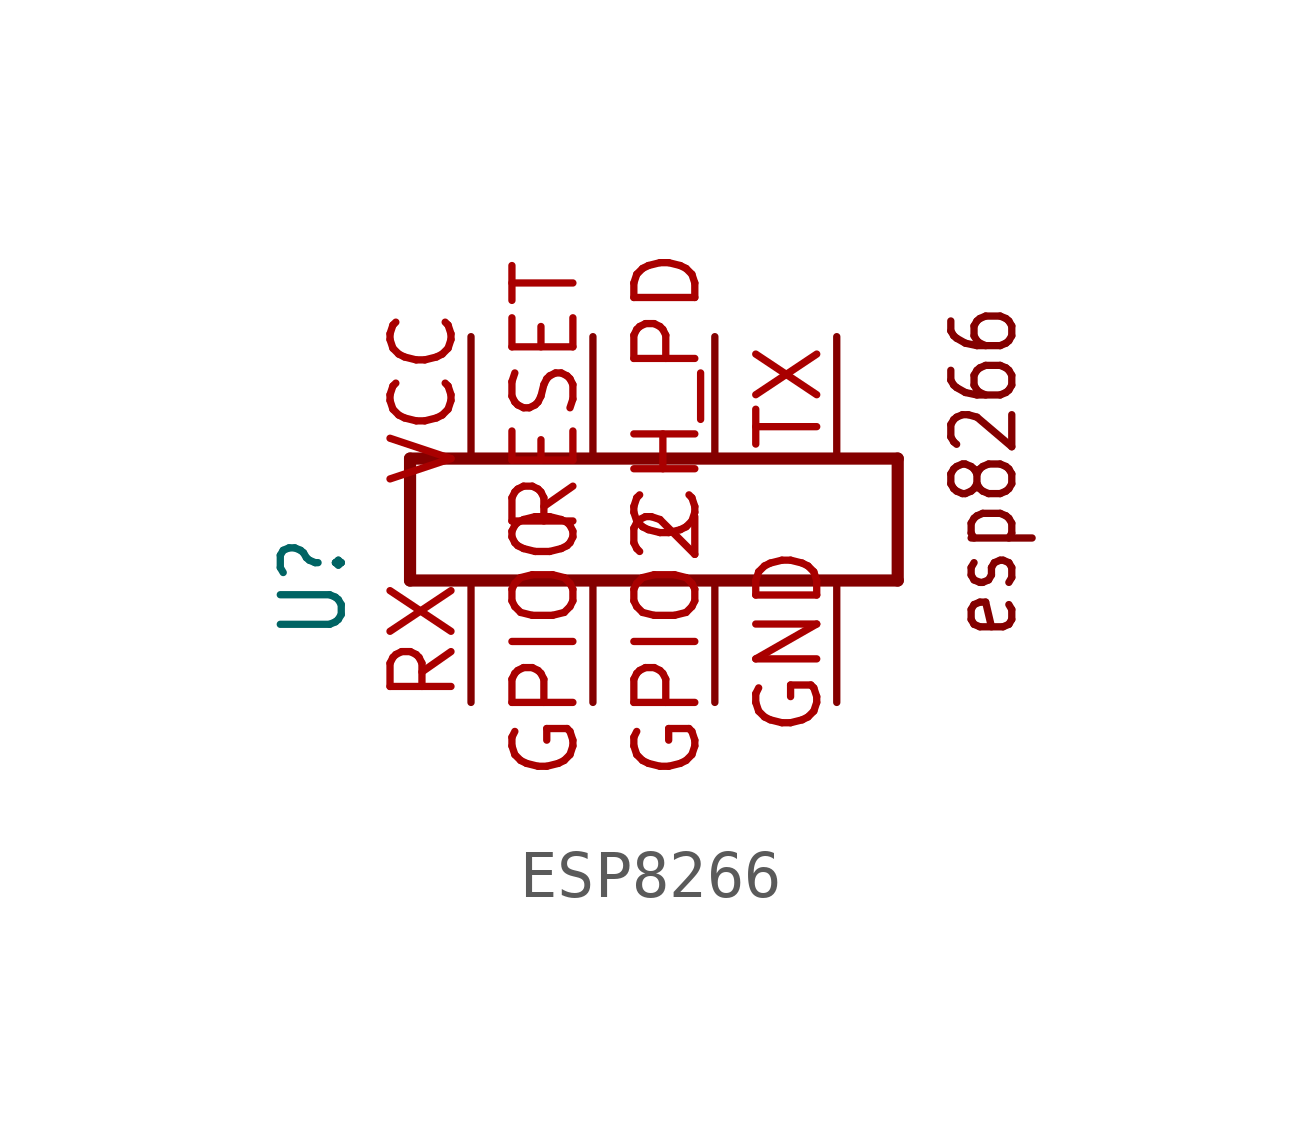
<source format=kicad_sym>
(kicad_symbol_lib
  (version 20211014)
  (generator kicad_symbol_editor)
  (symbol "ESP8266"
    (property "Reference" "U"
      (at -6.35 -2.54 90)
      (effects (font (size 1.27 1.079)) (justify left bottom)))
    (property "ki_locked" ""
      (at 0 0 0)
      (effects (font (size 1.27 1.27))))
    (symbol "ESP8266_1_0"
      (polyline (pts (xy -5.08 1.27) (xy -5.08 -1.27)) (stroke (width 0.254) (type default) (color 0 0 0 0)) (fill (type none)))
      (polyline (pts (xy -5.08 1.27) (xy 5.08 1.27)) (stroke (width 0.254) (type default) (color 0 0 0 0)) (fill (type none)))
      (polyline (pts (xy 5.08 -1.27) (xy -5.08 -1.27)) (stroke (width 0.254) (type default) (color 0 0 0 0)) (fill (type none)))
      (polyline (pts (xy 5.08 1.27) (xy 5.08 -1.27)) (stroke (width 0.254) (type default) (color 0 0 0 0)) (fill (type none)))
      (text "esp8266" (at 7.62 -2.54 900) (effects (font (size 1.27 1.079)) (justify left bottom)))
      (pin bidirectional line (at 1.27 3.81 270) (length 2.54) (name "CH_PD" (effects (font (size 0 0)))) (number "CH_PD" (effects (font (size 1.27 1.27)))))
      (pin bidirectional line (at 3.81 -3.81 90) (length 2.54) (name "GND" (effects (font (size 0 0)))) (number "GND" (effects (font (size 1.27 1.27)))))
      (pin bidirectional line (at -1.27 -3.81 90) (length 2.54) (name "GPIO0" (effects (font (size 0 0)))) (number "GPIO0" (effects (font (size 1.27 1.27)))))
      (pin bidirectional line (at 1.27 -3.81 90) (length 2.54) (name "GPIO2" (effects (font (size 0 0)))) (number "GPIO2" (effects (font (size 1.27 1.27)))))
      (pin bidirectional line (at -1.27 3.81 270) (length 2.54) (name "RESET" (effects (font (size 0 0)))) (number "RESET" (effects (font (size 1.27 1.27)))))
      (pin bidirectional line (at -3.81 -3.81 90) (length 2.54) (name "RX" (effects (font (size 0 0)))) (number "RX" (effects (font (size 1.27 1.27)))))
      (pin bidirectional line (at 3.81 3.81 270) (length 2.54) (name "TX" (effects (font (size 0 0)))) (number "TX" (effects (font (size 1.27 1.27)))))
      (pin bidirectional line (at -3.81 3.81 270) (length 2.54) (name "VCC" (effects (font (size 0 0)))) (number "VCC" (effects (font (size 1.27 1.27))))))))
</source>
